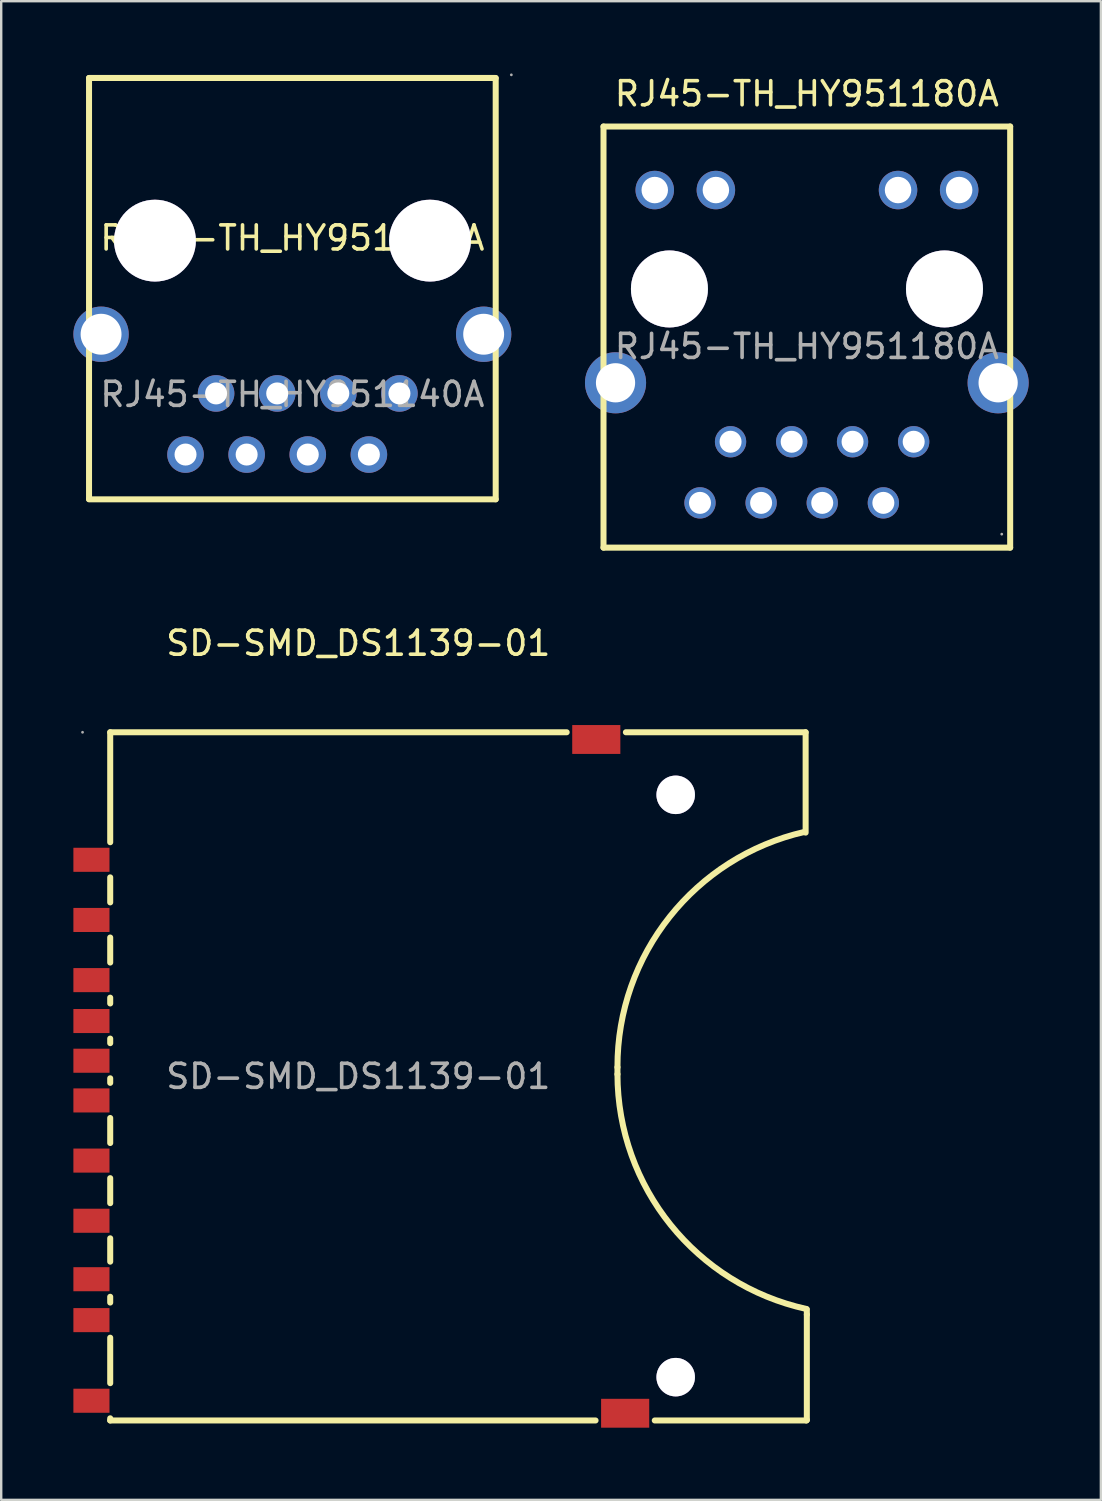
<source format=kicad_pcb>
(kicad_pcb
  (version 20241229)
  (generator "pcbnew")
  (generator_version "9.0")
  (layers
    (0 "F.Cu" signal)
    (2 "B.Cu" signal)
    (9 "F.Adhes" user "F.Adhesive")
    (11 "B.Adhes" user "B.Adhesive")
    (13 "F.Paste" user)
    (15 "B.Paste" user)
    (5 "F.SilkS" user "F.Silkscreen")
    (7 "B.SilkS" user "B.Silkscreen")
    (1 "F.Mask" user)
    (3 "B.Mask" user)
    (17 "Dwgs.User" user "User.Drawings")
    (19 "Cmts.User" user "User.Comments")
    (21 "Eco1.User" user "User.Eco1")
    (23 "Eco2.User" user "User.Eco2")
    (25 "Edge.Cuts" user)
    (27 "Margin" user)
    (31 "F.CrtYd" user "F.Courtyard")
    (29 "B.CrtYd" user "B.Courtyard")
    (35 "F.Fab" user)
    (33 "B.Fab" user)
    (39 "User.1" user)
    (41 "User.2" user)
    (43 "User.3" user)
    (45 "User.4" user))
  (footprint "RJ45-TH_HY951180A"
    (layer "F.Cu")
    (at 30.48 11.348)
    (property "Reference" "RJ45-TH_HY951180A" (at 0 -10.5 0) (layer "F.SilkS") (effects (font (size 1 1) (thickness 0.15))))
    (attr through_hole)
    (fp_line (start -8.45 -9.14) (end -8.45 8.36) (stroke (width 0.25) (type solid)) (layer "F.SilkS"))
    (fp_line (start -8.45 -9.14) (end 8.45 -9.14) (stroke (width 0.25) (type solid)) (layer "F.SilkS"))
    (fp_line (start -8.45 8.36) (end 8.45 8.36) (stroke (width 0.25) (type solid)) (layer "F.SilkS"))
    (fp_line (start 8.45 -9.14) (end 8.45 8.36) (stroke (width 0.25) (type solid)) (layer "F.SilkS"))
    (fp_circle (center -5.71 -2.39) (end -4.96 -2.39) (stroke (width 1.5) (type solid)) (fill no) (layer "Cmts.User"))
    (fp_circle (center 5.72 -2.39) (end 6.47 -2.39) (stroke (width 1.5) (type solid)) (fill no) (layer "Cmts.User"))
    (fp_circle (center 8.1 7.8) (end 8.13 7.8) (stroke (width 0.06) (type solid)) (fill no) (layer "F.Fab"))
    (fp_text user "${REFERENCE}" (at 0 0 0) (layer "F.Fab") (effects (font (size 1 1) (thickness 0.15))))
    (pad "" thru_hole circle (at -5.71 -2.39) (size 3.2 3.2) (drill 3.2) (layers "*.Cu" "*.Mask"))
    (pad "" thru_hole circle (at 5.72 -2.39) (size 3.2 3.2) (drill 3.2) (layers "*.Cu" "*.Mask"))
    (pad "1" thru_hole circle (at 4.44 3.96) (size 1.3 1.3) (drill 0.914) (layers "*.Cu" "*.Paste" "*.Mask"))
    (pad "2" thru_hole circle (at 3.18 6.5) (size 1.3 1.3) (drill 0.914) (layers "*.Cu" "*.Paste" "*.Mask"))
    (pad "3" thru_hole circle (at 1.9 3.96) (size 1.3 1.3) (drill 0.914) (layers "*.Cu" "*.Paste" "*.Mask"))
    (pad "4" thru_hole circle (at 0.64 6.5) (size 1.3 1.3) (drill 0.914) (layers "*.Cu" "*.Paste" "*.Mask"))
    (pad "5" thru_hole circle (at -0.63 3.96) (size 1.3 1.3) (drill 0.914) (layers "*.Cu" "*.Paste" "*.Mask"))
    (pad "6" thru_hole circle (at -1.9 6.5) (size 1.3 1.3) (drill 0.914) (layers "*.Cu" "*.Paste" "*.Mask"))
    (pad "7" thru_hole circle (at -3.17 3.96) (size 1.3 1.3) (drill 0.914) (layers "*.Cu" "*.Paste" "*.Mask"))
    (pad "8" thru_hole circle (at -4.44 6.5) (size 1.3 1.3) (drill 0.914) (layers "*.Cu" "*.Paste" "*.Mask"))
    (pad "9" thru_hole circle (at 6.33 -6.5) (size 1.6 1.6) (drill 1.1) (layers "*.Cu" "*.Paste" "*.Mask"))
    (pad "10" thru_hole circle (at 3.79 -6.5) (size 1.6 1.6) (drill 1.1) (layers "*.Cu" "*.Paste" "*.Mask"))
    (pad "11" thru_hole circle (at -3.78 -6.5) (size 1.6 1.6) (drill 1.1) (layers "*.Cu" "*.Paste" "*.Mask"))
    (pad "12" thru_hole circle (at -6.32 -6.5) (size 1.6 1.6) (drill 1.1) (layers "*.Cu" "*.Paste" "*.Mask"))
    (pad "13" thru_hole circle (at 7.95 1.51) (size 2.54 2.54) (drill 1.63) (layers "*.Cu" "*.Paste" "*.Mask"))
    (pad "14" thru_hole circle (at -7.95 1.51) (size 2.54 2.54) (drill 1.63) (layers "*.Cu" "*.Paste" "*.Mask")))
  (footprint "RJ45-TH_HY951140A"
    (layer "F.Cu")
    (at 9.1 13.34)
    (property "Reference" "RJ45-TH_HY951140A" (at 0 -6.5 0) (layer "F.SilkS") (effects (font (size 1 1) (thickness 0.15))))
    (attr through_hole)
    (fp_line (start -8.45 -13.15) (end -8.45 4.35) (stroke (width 0.25) (type solid)) (layer "F.SilkS"))
    (fp_line (start -8.45 -13.15) (end 8.45 -13.15) (stroke (width 0.25) (type solid)) (layer "F.SilkS"))
    (fp_line (start -8.45 4.36) (end 8.45 4.36) (stroke (width 0.25) (type solid)) (layer "F.SilkS"))
    (fp_line (start 8.45 -13.14) (end 8.45 4.36) (stroke (width 0.25) (type solid)) (layer "F.SilkS"))
    (fp_circle (center -7.95 -2.5) (end -7.57 -2.5) (stroke (width 0.75) (type solid)) (fill no) (layer "F.Fab"))
    (fp_circle (center -5.71 -6.39) (end -4.91 -6.39) (stroke (width 1.6) (type solid)) (fill no) (layer "F.Fab"))
    (fp_circle (center -4.44 2.5) (end -4.26 2.5) (stroke (width 0.36) (type solid)) (fill no) (layer "F.Fab"))
    (fp_circle (center -3.17 -0.04) (end -2.99 -0.04) (stroke (width 0.36) (type solid)) (fill no) (layer "F.Fab"))
    (fp_circle (center -1.9 2.5) (end -1.72 2.5) (stroke (width 0.36) (type solid)) (fill no) (layer "F.Fab"))
    (fp_circle (center -0.63 -0.04) (end -0.45 -0.04) (stroke (width 0.36) (type solid)) (fill no) (layer "F.Fab"))
    (fp_circle (center 0.64 2.5) (end 0.82 2.5) (stroke (width 0.36) (type solid)) (fill no) (layer "F.Fab"))
    (fp_circle (center 1.91 -0.04) (end 2.09 -0.04) (stroke (width 0.36) (type solid)) (fill no) (layer "F.Fab"))
    (fp_circle (center 3.18 2.5) (end 3.36 2.5) (stroke (width 0.36) (type solid)) (fill no) (layer "F.Fab"))
    (fp_circle (center 4.45 -0.04) (end 4.63 -0.04) (stroke (width 0.36) (type solid)) (fill no) (layer "F.Fab"))
    (fp_circle (center 5.72 -6.39) (end 6.52 -6.39) (stroke (width 1.6) (type solid)) (fill no) (layer "F.Fab"))
    (fp_circle (center 7.95 -2.5) (end 8.33 -2.5) (stroke (width 0.75) (type solid)) (fill no) (layer "F.Fab"))
    (fp_circle (center 9.1 -13.28) (end 9.13 -13.28) (stroke (width 0.06) (type solid)) (fill no) (layer "F.Fab"))
    (fp_text user "${REFERENCE}" (at 0 0 0) (layer "F.Fab") (effects (font (size 1 1) (thickness 0.15))))
    (pad "" thru_hole circle (at -5.71 -6.39) (size 3.4 3.4) (drill 3.4) (layers "*.Cu" "*.Mask"))
    (pad "" thru_hole circle (at 5.72 -6.39) (size 3.4 3.4) (drill 3.4) (layers "*.Cu" "*.Mask"))
    (pad "1" thru_hole circle (at 4.45 -0.04) (size 1.52 1.52) (drill 0.914) (layers "*.Cu" "*.Paste" "*.Mask"))
    (pad "2" thru_hole circle (at 3.18 2.5) (size 1.52 1.52) (drill 0.914) (layers "*.Cu" "*.Paste" "*.Mask"))
    (pad "3" thru_hole circle (at 1.91 -0.04) (size 1.52 1.52) (drill 0.914) (layers "*.Cu" "*.Paste" "*.Mask"))
    (pad "4" thru_hole circle (at 0.64 2.5) (size 1.52 1.52) (drill 0.914) (layers "*.Cu" "*.Paste" "*.Mask"))
    (pad "5" thru_hole circle (at -0.63 -0.04) (size 1.52 1.52) (drill 0.914) (layers "*.Cu" "*.Paste" "*.Mask"))
    (pad "6" thru_hole circle (at -1.9 2.5) (size 1.52 1.52) (drill 0.914) (layers "*.Cu" "*.Paste" "*.Mask"))
    (pad "7" thru_hole circle (at -3.17 -0.04) (size 1.52 1.52) (drill 0.914) (layers "*.Cu" "*.Paste" "*.Mask"))
    (pad "8" thru_hole circle (at -4.44 2.5) (size 1.52 1.52) (drill 0.914) (layers "*.Cu" "*.Paste" "*.Mask"))
    (pad "9" thru_hole circle (at -7.95 -2.5) (size 2.3 2.3) (drill 1.7) (layers "*.Cu" "*.Paste" "*.Mask"))
    (pad "9" thru_hole circle (at 7.95 -2.5) (size 2.3 2.3) (drill 1.7) (layers "*.Cu" "*.Paste" "*.Mask")))
  (footprint "SD-SMD_DS1139-01"
    (layer "F.Cu")
    (at 11.84 41.681)
    (property "Reference" "SD-SMD_DS1139-01" (at 0 -18 0) (layer "F.SilkS") (effects (font (size 1 1) (thickness 0.15))))
    (attr through_hole)
    (fp_line (start -10.31 -14.3) (end 8.66 -14.3) (stroke (width 0.25) (type solid)) (layer "F.SilkS"))
    (fp_line (start -10.31 -9.73) (end -10.31 -14.3) (stroke (width 0.25) (type solid)) (layer "F.SilkS"))
    (fp_line (start -10.31 -7.23) (end -10.31 -8.27) (stroke (width 0.25) (type solid)) (layer "F.SilkS"))
    (fp_line (start -10.31 -4.73) (end -10.31 -5.77) (stroke (width 0.25) (type solid)) (layer "F.SilkS"))
    (fp_line (start -10.31 -3.03) (end -10.31 -3.27) (stroke (width 0.25) (type solid)) (layer "F.SilkS"))
    (fp_line (start -10.31 -1.38) (end -10.31 -1.57) (stroke (width 0.25) (type solid)) (layer "F.SilkS"))
    (fp_line (start -10.31 0.27) (end -10.31 0.08) (stroke (width 0.25) (type solid)) (layer "F.SilkS"))
    (fp_line (start -10.31 2.77) (end -10.31 1.73) (stroke (width 0.25) (type solid)) (layer "F.SilkS"))
    (fp_line (start -10.31 5.27) (end -10.31 4.23) (stroke (width 0.25) (type solid)) (layer "F.SilkS"))
    (fp_line (start -10.31 7.7) (end -10.31 6.73) (stroke (width 0.25) (type solid)) (layer "F.SilkS"))
    (fp_line (start -10.31 9.4) (end -10.31 9.16) (stroke (width 0.25) (type solid)) (layer "F.SilkS"))
    (fp_line (start -10.31 12.75) (end -10.31 10.86) (stroke (width 0.25) (type solid)) (layer "F.SilkS"))
    (fp_line (start -10.31 14.3) (end -10.31 14.21) (stroke (width 0.25) (type solid)) (layer "F.SilkS"))
    (fp_line (start 9.86 14.3) (end -10.31 14.3) (stroke (width 0.25) (type solid)) (layer "F.SilkS"))
    (fp_line (start 10.77 -0.38) (end 10.77 -0.09) (stroke (width 0.25) (type solid)) (layer "F.SilkS"))
    (fp_line (start 11.12 -14.3) (end 18.59 -14.3) (stroke (width 0.25) (type solid)) (layer "F.SilkS"))
    (fp_line (start 18.59 -14.3) (end 18.59 -10.13) (stroke (width 0.25) (type solid)) (layer "F.SilkS"))
    (fp_line (start 18.62 14.3) (end 12.32 14.3) (stroke (width 0.25) (type solid)) (layer "F.SilkS"))
    (fp_line (start 18.64 9.9) (end 18.64 9.68) (stroke (width 0.25) (type solid)) (layer "F.SilkS"))
    (fp_line (start 18.64 9.9) (end 18.64 14.28) (stroke (width 0.25) (type solid)) (layer "F.SilkS"))
    (fp_line (start 18.64 14.28) (end 18.62 14.3) (stroke (width 0.25) (type solid)) (layer "F.SilkS"))
    (fp_arc (start 10.77 -0.38) (mid 12.941506 -6.632184) (end 18.542272 -10.15875) (stroke (width 0.25) (type solid)) (layer "F.SilkS"))
    (fp_arc (start 18.623889 9.667001) (mid 12.98015 6.170433) (end 10.77 -0.09) (stroke (width 0.25) (type solid)) (layer "F.SilkS"))
    (fp_circle (center 13.19 -11.7) (end 13.53 -11.7) (stroke (width 0.68) (type solid)) (fill no) (layer "Cmts.User"))
    (fp_circle (center 13.19 12.5) (end 13.53 12.5) (stroke (width 0.68) (type solid)) (fill no) (layer "Cmts.User"))
    (fp_circle (center -11.46 -14.3) (end -11.43 -14.3) (stroke (width 0.06) (type solid)) (fill no) (layer "F.Fab"))
    (fp_text user "${REFERENCE}" (at 0 0 0) (layer "F.Fab") (effects (font (size 1 1) (thickness 0.15))))
    (pad "" thru_hole circle (at 13.19 -11.7) (size 1.6 1.6) (drill 1.6) (layers "*.Cu" "*.Mask"))
    (pad "" thru_hole circle (at 13.19 12.5) (size 1.6 1.6) (drill 1.6) (layers "*.Cu" "*.Mask"))
    (pad "1" smd rect (at -11.09 -6.5) (size 1.5 1) (layers "F.Cu" "F.Mask" "F.Paste"))
    (pad "2" smd rect (at -11.09 -4) (size 1.5 1) (layers "F.Cu" "F.Mask" "F.Paste"))
    (pad "3" smd rect (at -11.09 -0.65) (size 1.5 1) (layers "F.Cu" "F.Mask" "F.Paste"))
    (pad "4" smd rect (at -11.09 1) (size 1.5 1) (layers "F.Cu" "F.Mask" "F.Paste"))
    (pad "5" smd rect (at -11.09 3.5) (size 1.5 1) (layers "F.Cu" "F.Mask" "F.Paste"))
    (pad "6" smd rect (at -11.09 6) (size 1.5 1) (layers "F.Cu" "F.Mask" "F.Paste"))
    (pad "7" smd rect (at -11.09 8.43) (size 1.5 1) (layers "F.Cu" "F.Mask" "F.Paste"))
    (pad "8" smd rect (at -11.09 10.13) (size 1.5 1) (layers "F.Cu" "F.Mask" "F.Paste"))
    (pad "9" smd rect (at -11.09 -9) (size 1.5 1) (layers "F.Cu" "F.Mask" "F.Paste"))
    (pad "CD" smd rect (at -11.09 -2.3) (size 1.5 1) (layers "F.Cu" "F.Mask" "F.Paste"))
    (pad "SH@1" smd rect (at 9.89 -14) (size 2 1.2) (layers "F.Cu" "F.Mask" "F.Paste"))
    (pad "SH@2" smd rect (at 11.09 14) (size 2 1.2) (layers "F.Cu" "F.Mask" "F.Paste"))
    (pad "WP" smd rect (at -11.09 13.48) (size 1.5 1) (layers "F.Cu" "F.Mask" "F.Paste")))
  (gr_rect
    (start -3 -3)
    (end 42.7 59.282)
    (stroke (width 0.1) (type default))
    (fill no)
    (layer "Edge.Cuts")))
</source>
